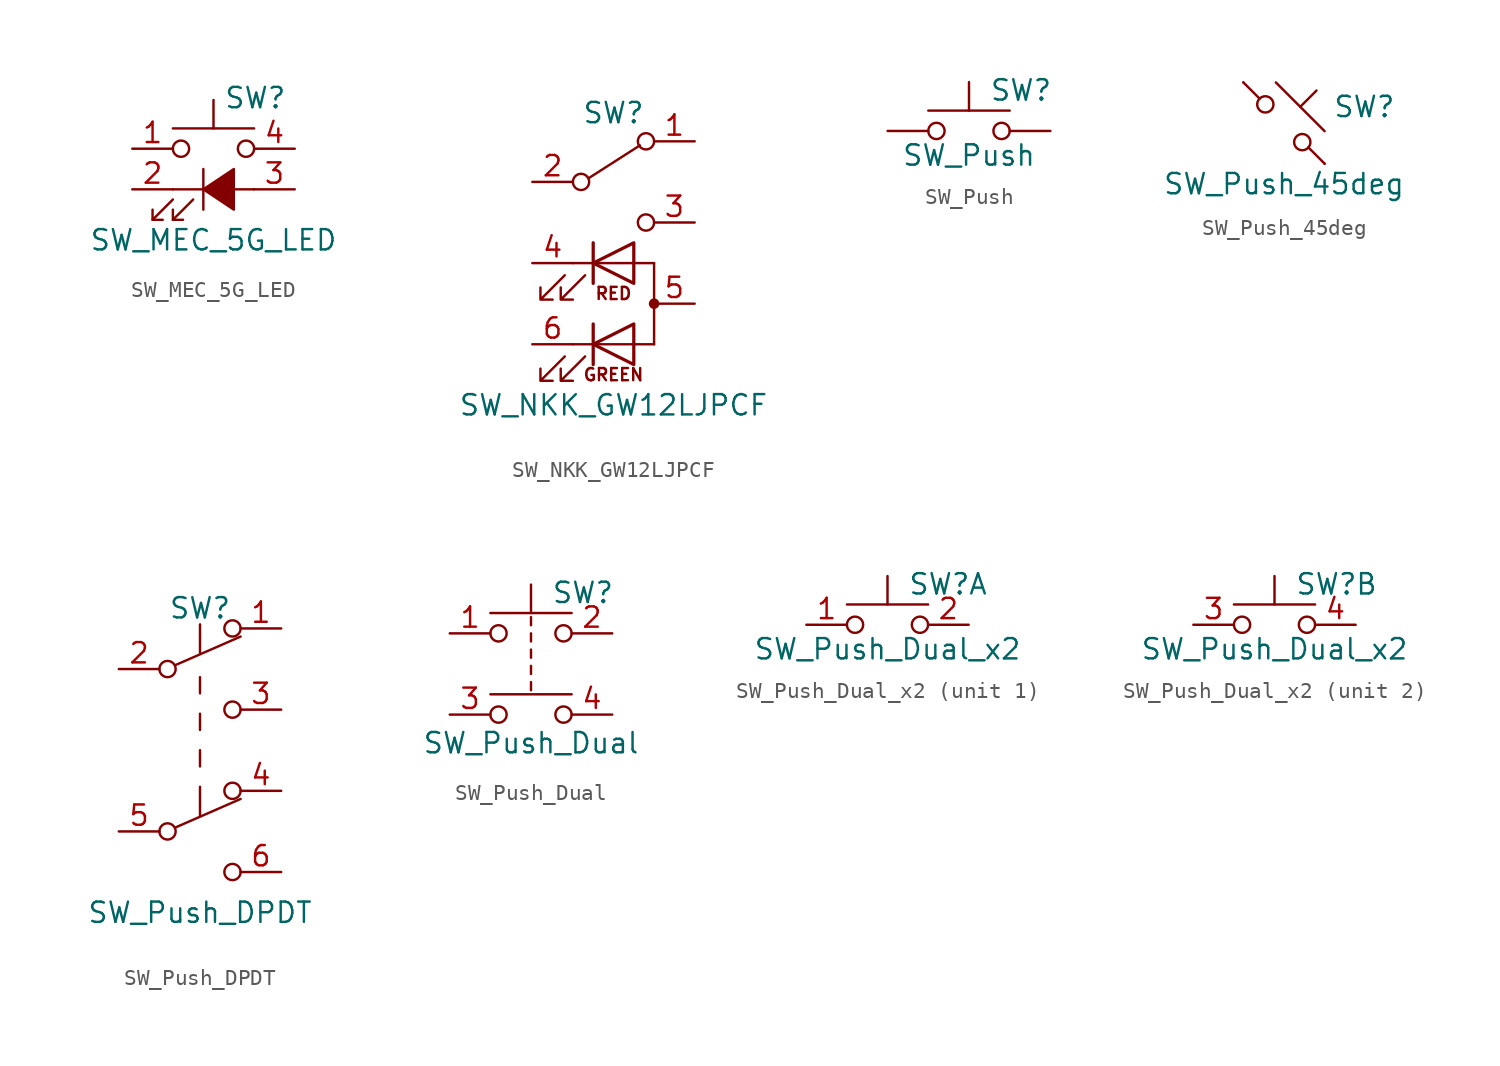
<source format=kicad_sym>
(kicad_symbol_lib
  (version 20201005)
  (generator kicad_symbol_editor)
  (symbol "Switch:SW_MEC_5G_LED"
    (pin_names
      (offset 1.016) hide)
    (property "Reference" "SW"
      (at 0.635 5.715 0)
      (effects (font (size 1.27 1.27)) (justify left)))
    (property "Value" "SW_MEC_5G_LED"
      (at 0 -3.175 0)
      (effects (font (size 1.27 1.27))))
    (symbol "SW_MEC_5G_LED_0_0"
      (polyline (pts (xy -3.81 -1.905) (xy -2.54 -0.635)) (stroke (width 0)) (fill (type none)))
      (polyline (pts (xy -2.54 -1.905) (xy -1.27 -0.635)) (stroke (width 0)) (fill (type none)))
      (polyline (pts (xy -2.54 0) (xy 2.54 0)) (stroke (width 0)) (fill (type none)))
      (polyline (pts (xy -0.635 1.27) (xy -0.635 -1.27)) (stroke (width 0)) (fill (type none)))
      (polyline (pts (xy -3.81 -1.27) (xy -3.81 -1.905) (xy -3.175 -1.905)) (stroke (width 0)) (fill (type none)))
      (polyline (pts (xy -2.54 -1.27) (xy -2.54 -1.905) (xy -1.905 -1.905)) (stroke (width 0)) (fill (type none)))
      (polyline (pts (xy -0.635 0) (xy 1.27 1.27) (xy 1.27 -1.27) (xy -0.635 0)) (stroke (width 0)) (fill (type outline))))
    (symbol "SW_MEC_5G_LED_0_1"
      (circle (center -2.032 2.54) (radius 0.508) (stroke (width 0)) (fill (type none)))
      (circle (center 2.032 2.54) (radius 0.508) (stroke (width 0)) (fill (type none)))
      (polyline (pts (xy 0 3.81) (xy 0 5.588)) (stroke (width 0)) (fill (type none)))
      (polyline (pts (xy 2.54 3.81) (xy -2.54 3.81)) (stroke (width 0)) (fill (type none)))
      (pin passive line (at -5.08 2.54 0) (length 2.54) (name "1" (effects (font (size 1.27 1.27)))) (number "1" (effects (font (size 1.27 1.27)))))
      (pin passive line (at -5.08 0 0) (length 2.54) (name "2" (effects (font (size 1.27 1.27)))) (number "2" (effects (font (size 1.27 1.27)))))
      (pin passive line (at 5.08 0 180) (length 2.54) (name "K" (effects (font (size 1.27 1.27)))) (number "3" (effects (font (size 1.27 1.27)))))
      (pin passive line (at 5.08 2.54 180) (length 2.54) (name "A" (effects (font (size 1.27 1.27)))) (number "4" (effects (font (size 1.27 1.27)))))))
  (symbol "Switch:SW_NKK_GW12LJPCF"
    (pin_names
      (offset 1.016) hide)
    (property "Reference" "SW"
      (at 0 9.398 0)
      (effects (font (size 1.27 1.27))))
    (property "Value" "SW_NKK_GW12LJPCF"
      (at 0 -8.89 0)
      (effects (font (size 1.27 1.27))))
    (symbol "SW_NKK_GW12LJPCF_0_0"
      (circle (center -2.032 5.08) (radius 0.508) (stroke (width 0)) (fill (type none)))
      (circle (center 2.032 2.54) (radius 0.508) (stroke (width 0)) (fill (type none)))
      (text "GREEN" (at 0 -6.985 0) (effects (font (size 0.762 0.762))))
      (text "RED" (at 0 -1.905 0) (effects (font (size 0.762 0.762))))
      (polyline (pts (xy -2.54 -5.08) (xy 2.54 -5.08)) (stroke (width 0)) (fill (type none)))
      (polyline (pts (xy -2.54 0) (xy 2.54 0)) (stroke (width 0)) (fill (type none))))
    (symbol "SW_NKK_GW12LJPCF_0_1"
      (circle (center 2.032 7.62) (radius 0.508) (stroke (width 0)) (fill (type none)))
      (circle (center 2.54 -2.54) (radius 0.254) (stroke (width 0)) (fill (type outline)))
      (polyline (pts (xy -1.524 5.334) (xy 1.651 7.366)) (stroke (width 0)) (fill (type none)))
      (polyline (pts (xy -1.27 -6.35) (xy -1.27 -3.81)) (stroke (width 0.203)) (fill (type none)))
      (polyline (pts (xy -1.27 -1.27) (xy -1.27 1.27)) (stroke (width 0.203)) (fill (type none)))
      (polyline (pts (xy 2.54 0) (xy 2.54 -5.08)) (stroke (width 0)) (fill (type none)))
      (polyline (pts (xy 1.27 -6.35) (xy 1.27 -3.81) (xy -1.27 -5.08) (xy 1.27 -6.35)) (stroke (width 0.203)) (fill (type none)))
      (polyline (pts (xy 1.27 -1.27) (xy 1.27 1.27) (xy -1.27 0) (xy 1.27 -1.27)) (stroke (width 0.203)) (fill (type none)))
      (polyline (pts (xy -3.048 -5.842) (xy -4.572 -7.366) (xy -3.81 -7.366) (xy -4.572 -7.366) (xy -4.572 -6.604)) (stroke (width 0)) (fill (type none)))
      (polyline (pts (xy -3.048 -0.762) (xy -4.572 -2.286) (xy -3.81 -2.286) (xy -4.572 -2.286) (xy -4.572 -1.524)) (stroke (width 0)) (fill (type none)))
      (polyline (pts (xy -1.778 -5.842) (xy -3.302 -7.366) (xy -2.54 -7.366) (xy -3.302 -7.366) (xy -3.302 -6.604)) (stroke (width 0)) (fill (type none)))
      (polyline (pts (xy -1.778 -0.762) (xy -3.302 -2.286) (xy -2.54 -2.286) (xy -3.302 -2.286) (xy -3.302 -1.524)) (stroke (width 0)) (fill (type none)))
      (pin passive line (at -5.08 0 0) (length 2.54) (name "KR" (effects (font (size 1.27 1.27)))) (number "4" (effects (font (size 1.27 1.27)))))
      (pin passive line (at 5.08 -2.54 180) (length 2.54) (name "A" (effects (font (size 1.27 1.27)))) (number "5" (effects (font (size 1.27 1.27)))))
      (pin passive line (at -5.08 -5.08 0) (length 2.54) (name "KG" (effects (font (size 1.27 1.27)))) (number "6" (effects (font (size 1.27 1.27))))))
    (symbol "SW_NKK_GW12LJPCF_1_1"
      (pin passive line (at 5.08 7.62 180) (length 2.54) (name "A" (effects (font (size 1.27 1.27)))) (number "1" (effects (font (size 1.27 1.27)))))
      (pin passive line (at -5.08 5.08 0) (length 2.54) (name "B" (effects (font (size 1.27 1.27)))) (number "2" (effects (font (size 1.27 1.27)))))
      (pin passive line (at 5.08 2.54 180) (length 2.54) (name "C" (effects (font (size 1.27 1.27)))) (number "3" (effects (font (size 1.27 1.27)))))))
  (symbol "Switch:SW_Push"
    (pin_numbers hide)
    (pin_names
      (offset 1.016) hide)
    (property "Reference" "SW"
      (at 1.27 2.54 0)
      (effects (font (size 1.27 1.27)) (justify left)))
    (property "Value" "SW_Push"
      (at 0 -1.524 0)
      (effects (font (size 1.27 1.27))))
    (symbol "SW_Push_0_1"
      (circle (center -2.032 0) (radius 0.508) (stroke (width 0)) (fill (type none)))
      (circle (center 2.032 0) (radius 0.508) (stroke (width 0)) (fill (type none)))
      (polyline (pts (xy 0 1.27) (xy 0 3.048)) (stroke (width 0)) (fill (type none)))
      (polyline (pts (xy 2.54 1.27) (xy -2.54 1.27)) (stroke (width 0)) (fill (type none)))
      (pin passive line (at -5.08 0 0) (length 2.54) (name "1" (effects (font (size 1.27 1.27)))) (number "1" (effects (font (size 1.27 1.27)))))
      (pin passive line (at 5.08 0 180) (length 2.54) (name "2" (effects (font (size 1.27 1.27)))) (number "2" (effects (font (size 1.27 1.27)))))))
  (symbol "Switch:SW_Push_45deg"
    (pin_numbers hide)
    (pin_names
      (offset 1.016) hide)
    (property "Reference" "SW"
      (at 3.048 1.016 0)
      (effects (font (size 1.27 1.27)) (justify left)))
    (property "Value" "SW_Push_45deg"
      (at 0 -3.81 0)
      (effects (font (size 1.27 1.27))))
    (symbol "SW_Push_45deg_0_1"
      (circle (center -1.168 1.168) (radius 0.508) (stroke (width 0)) (fill (type none)))
      (circle (center 1.143 -1.194) (radius 0.508) (stroke (width 0)) (fill (type none)))
      (polyline (pts (xy -0.508 2.54) (xy 2.54 -0.508)) (stroke (width 0)) (fill (type none)))
      (polyline (pts (xy 1.016 1.016) (xy 2.032 2.032)) (stroke (width 0)) (fill (type none)))
      (polyline (pts (xy -2.54 2.54) (xy -1.524 1.524) (xy -1.524 1.524)) (stroke (width 0)) (fill (type none)))
      (polyline (pts (xy 1.524 -1.524) (xy 2.54 -2.54) (xy 2.54 -2.54) (xy 2.54 -2.54)) (stroke (width 0)) (fill (type none)))
      (pin passive line (at -2.54 2.54 0) (length 0) (name "1" (effects (font (size 1.27 1.27)))) (number "1" (effects (font (size 1.27 1.27)))))
      (pin passive line (at 2.54 -2.54 180) (length 0) (name "2" (effects (font (size 1.27 1.27)))) (number "2" (effects (font (size 1.27 1.27)))))))
  (symbol "Switch:SW_Push_DPDT"
    (pin_names
      (offset 0) hide)
    (property "Reference" "SW"
      (at 0 8.89 0)
      (effects (font (size 1.27 1.27))))
    (property "Value" "SW_Push_DPDT"
      (at 0 -10.16 0)
      (effects (font (size 1.27 1.27))))
    (symbol "SW_Push_DPDT_0_0"
      (circle (center -2.032 -5.08) (radius 0.508) (stroke (width 0)) (fill (type none)))
      (circle (center -2.032 5.08) (radius 0.508) (stroke (width 0)) (fill (type none)))
      (circle (center 2.032 -7.62) (radius 0.508) (stroke (width 0)) (fill (type none)))
      (circle (center 2.032 2.54) (radius 0.508) (stroke (width 0)) (fill (type none))))
    (symbol "SW_Push_DPDT_0_1"
      (circle (center 2.032 -2.54) (radius 0.508) (stroke (width 0)) (fill (type none)))
      (circle (center 2.032 7.62) (radius 0.508) (stroke (width 0)) (fill (type none)))
      (polyline (pts (xy -1.524 -4.826) (xy 2.54 -3.048)) (stroke (width 0)) (fill (type none)))
      (polyline (pts (xy -1.524 5.334) (xy 2.54 7.112)) (stroke (width 0)) (fill (type none)))
      (polyline (pts (xy 0 -2.286) (xy 0 -4.064)) (stroke (width 0)) (fill (type none)))
      (polyline (pts (xy 0 -1.016) (xy 0 0)) (stroke (width 0)) (fill (type none)))
      (polyline (pts (xy 0 1.27) (xy 0 2.286)) (stroke (width 0)) (fill (type none)))
      (polyline (pts (xy 0 3.556) (xy 0 4.572)) (stroke (width 0)) (fill (type none)))
      (polyline (pts (xy 0 7.874) (xy 0 6.096)) (stroke (width 0)) (fill (type none))))
    (symbol "SW_Push_DPDT_1_1"
      (pin passive line (at 5.08 7.62 180) (length 2.54) (name "A" (effects (font (size 1.27 1.27)))) (number "1" (effects (font (size 1.27 1.27)))))
      (pin passive line (at -5.08 5.08 0) (length 2.54) (name "B" (effects (font (size 1.27 1.27)))) (number "2" (effects (font (size 1.27 1.27)))))
      (pin passive line (at 5.08 2.54 180) (length 2.54) (name "C" (effects (font (size 1.27 1.27)))) (number "3" (effects (font (size 1.27 1.27)))))
      (pin passive line (at 5.08 -2.54 180) (length 2.54) (name "A" (effects (font (size 1.27 1.27)))) (number "4" (effects (font (size 1.27 1.27)))))
      (pin passive line (at -5.08 -5.08 0) (length 2.54) (name "B" (effects (font (size 1.27 1.27)))) (number "5" (effects (font (size 1.27 1.27)))))
      (pin passive line (at 5.08 -7.62 180) (length 2.54) (name "C" (effects (font (size 1.27 1.27)))) (number "6" (effects (font (size 1.27 1.27)))))))
  (symbol "Switch:SW_Push_Dual"
    (pin_names
      (offset 1.016) hide)
    (property "Reference" "SW"
      (at 1.27 2.54 0)
      (effects (font (size 1.27 1.27)) (justify left)))
    (property "Value" "SW_Push_Dual"
      (at 0 -6.858 0)
      (effects (font (size 1.27 1.27))))
    (symbol "SW_Push_Dual_0_1"
      (circle (center -2.032 -5.08) (radius 0.508) (stroke (width 0)) (fill (type none)))
      (circle (center -2.032 0) (radius 0.508) (stroke (width 0)) (fill (type none)))
      (circle (center 2.032 -5.08) (radius 0.508) (stroke (width 0)) (fill (type none)))
      (circle (center 2.032 0) (radius 0.508) (stroke (width 0)) (fill (type none)))
      (polyline (pts (xy 0 -3.048) (xy 0 -3.556)) (stroke (width 0)) (fill (type none)))
      (polyline (pts (xy 0 -2.032) (xy 0 -2.54)) (stroke (width 0)) (fill (type none)))
      (polyline (pts (xy 0 -1.524) (xy 0 -1.016)) (stroke (width 0)) (fill (type none)))
      (polyline (pts (xy 0 -0.508) (xy 0 0)) (stroke (width 0)) (fill (type none)))
      (polyline (pts (xy 0 0.508) (xy 0 1.016)) (stroke (width 0)) (fill (type none)))
      (polyline (pts (xy 0 1.27) (xy 0 3.048)) (stroke (width 0)) (fill (type none)))
      (polyline (pts (xy 2.54 -3.81) (xy -2.54 -3.81)) (stroke (width 0)) (fill (type none)))
      (polyline (pts (xy 2.54 1.27) (xy -2.54 1.27)) (stroke (width 0)) (fill (type none)))
      (pin passive line (at -5.08 0 0) (length 2.54) (name "1" (effects (font (size 1.27 1.27)))) (number "1" (effects (font (size 1.27 1.27)))))
      (pin passive line (at 5.08 0 180) (length 2.54) (name "2" (effects (font (size 1.27 1.27)))) (number "2" (effects (font (size 1.27 1.27)))))
      (pin passive line (at -5.08 -5.08 0) (length 2.54) (name "3" (effects (font (size 1.27 1.27)))) (number "3" (effects (font (size 1.27 1.27)))))
      (pin passive line (at 5.08 -5.08 180) (length 2.54) (name "4" (effects (font (size 1.27 1.27)))) (number "4" (effects (font (size 1.27 1.27)))))))
  (symbol "Switch:SW_Push_Dual_x2"
    (pin_names
      (offset 1.016) hide)
    (property "Reference" "SW"
      (at 1.27 2.54 0)
      (effects (font (size 1.27 1.27)) (justify left)))
    (property "Value" "SW_Push_Dual_x2"
      (at 0 -1.524 0)
      (effects (font (size 1.27 1.27))))
    (symbol "SW_Push_Dual_x2_0_1"
      (circle (center -2.032 0) (radius 0.508) (stroke (width 0)) (fill (type none)))
      (circle (center 2.032 0) (radius 0.508) (stroke (width 0)) (fill (type none)))
      (polyline (pts (xy 0 1.27) (xy 0 3.048)) (stroke (width 0)) (fill (type none)))
      (polyline (pts (xy 2.54 1.27) (xy -2.54 1.27)) (stroke (width 0)) (fill (type none))))
    (symbol "SW_Push_Dual_x2_1_1"
      (pin passive line (at -5.08 0 0) (length 2.54) (name "C" (effects (font (size 1.27 1.27)))) (number "1" (effects (font (size 1.27 1.27)))))
      (pin passive line (at 5.08 0 180) (length 2.54) (name "D" (effects (font (size 1.27 1.27)))) (number "2" (effects (font (size 1.27 1.27))))))
    (symbol "SW_Push_Dual_x2_2_1"
      (pin passive line (at -5.08 0 0) (length 2.54) (name "C" (effects (font (size 1.27 1.27)))) (number "3" (effects (font (size 1.27 1.27)))))
      (pin passive line (at 5.08 0 180) (length 2.54) (name "D" (effects (font (size 1.27 1.27)))) (number "4" (effects (font (size 1.27 1.27))))))))
</source>
